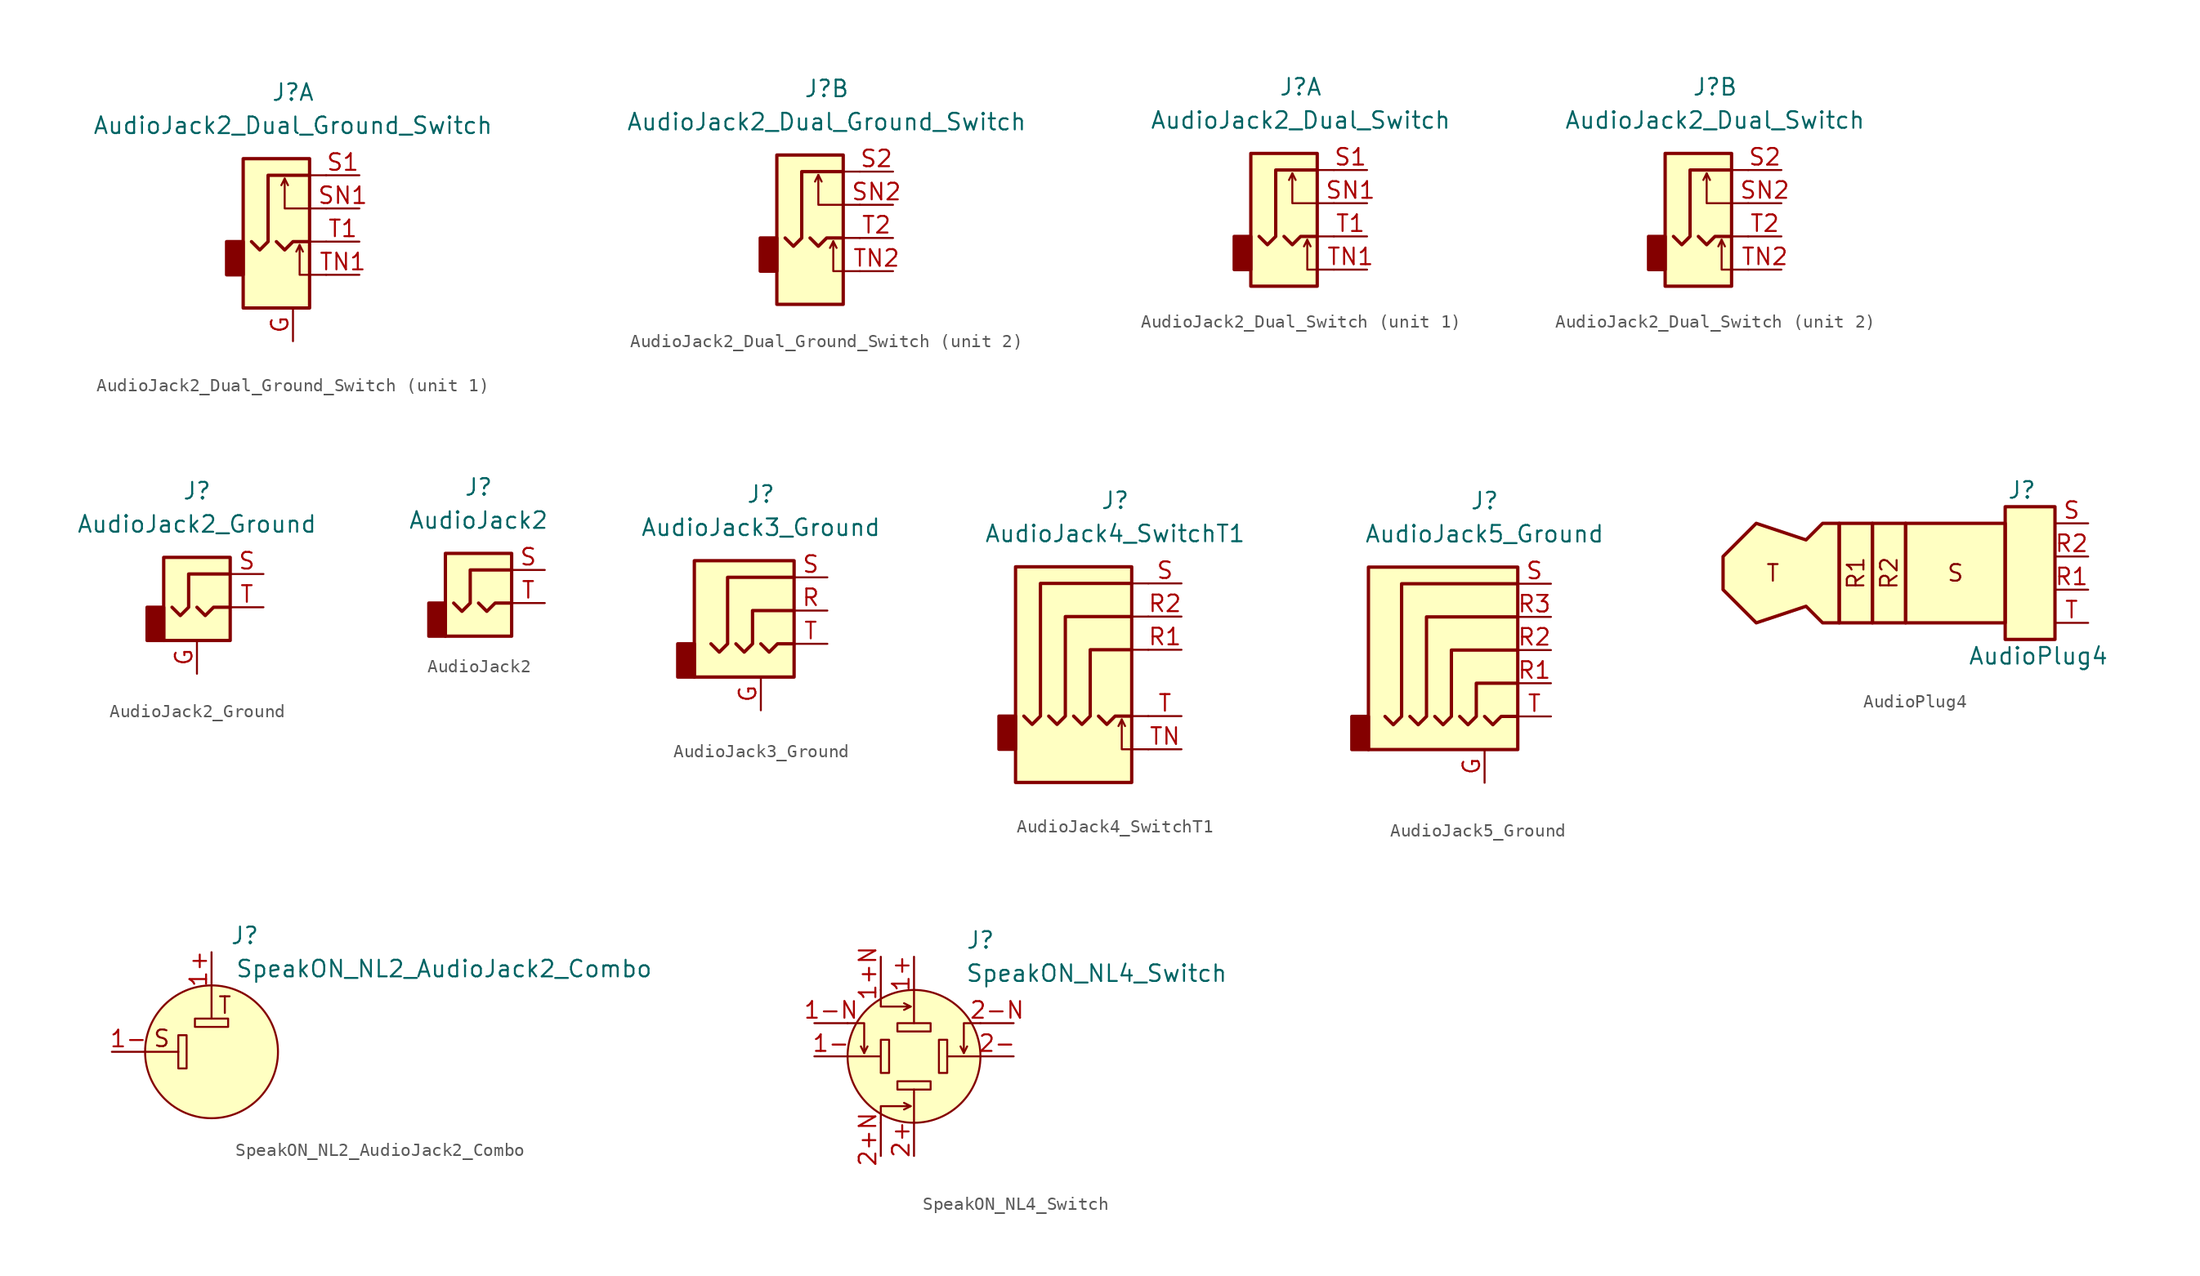
<source format=kicad_sym>
(kicad_symbol_lib
  (version 20220914)
  (generator kicad_symbol_editor)
  (symbol "AudioJack2_Dual_Ground_Switch"
    (property "Reference" "J"
      (at 0 11.43 0)
      (effects (font (size 1.27 1.27))))
    (property "Value" "AudioJack2_Dual_Ground_Switch"
      (at 0 8.89 0)
      (effects (font (size 1.27 1.27))))
    (symbol "AudioJack2_Dual_Ground_Switch_0_1"
      (rectangle (start -5.08 0) (end -3.81 -2.54) (stroke (width 0.254) (type default)) (fill (type outline)))
      (polyline (pts (xy -0.635 4.826) (xy -0.381 4.318)) (stroke (width 0) (type default)) (fill (type none)))
      (polyline (pts (xy 0.508 -0.254) (xy 0.762 -0.762)) (stroke (width 0) (type default)) (fill (type none)))
      (polyline (pts (xy 1.27 -2.54) (xy 2.54 -2.54)) (stroke (width 0) (type default)) (fill (type none)))
      (polyline (pts (xy 1.27 2.54) (xy 2.54 2.54)) (stroke (width 0) (type default)) (fill (type none)))
      (polyline (pts (xy 2.54 0) (xy 1.27 0)) (stroke (width 0) (type default)) (fill (type none)))
      (polyline (pts (xy 2.54 5.08) (xy 1.27 5.08)) (stroke (width 0) (type default)) (fill (type none)))
      (polyline (pts (xy -1.27 0) (xy -0.635 -0.635) (xy 0 0) (xy 1.27 0)) (stroke (width 0.254) (type default)) (fill (type none)))
      (polyline (pts (xy 1.27 -2.54) (xy 0.508 -2.54) (xy 0.508 -0.254) (xy 0.254 -0.762)) (stroke (width 0) (type default)) (fill (type none)))
      (polyline (pts (xy 1.27 2.54) (xy -0.635 2.54) (xy -0.635 4.826) (xy -0.889 4.318)) (stroke (width 0) (type default)) (fill (type none)))
      (polyline (pts (xy 1.27 5.08) (xy -1.905 5.08) (xy -1.905 0) (xy -2.54 -0.635) (xy -3.175 0)) (stroke (width 0.254) (type default)) (fill (type none)))
      (rectangle (start 1.27 6.35) (end -3.81 -5.08) (stroke (width 0.254) (type default)) (fill (type background))))
    (symbol "AudioJack2_Dual_Ground_Switch_1_1"
      (pin passive line (at 0 -7.62 90) (length 2.54) (name "~" (effects (font (size 1.27 1.27)))) (number "G" (effects (font (size 1.27 1.27)))))
      (pin passive line (at 5.08 5.08 180) (length 2.54) (name "~" (effects (font (size 1.27 1.27)))) (number "S1" (effects (font (size 1.27 1.27)))))
      (pin passive line (at 5.08 2.54 180) (length 2.54) (name "~" (effects (font (size 1.27 1.27)))) (number "SN1" (effects (font (size 1.27 1.27)))))
      (pin passive line (at 5.08 0 180) (length 2.54) (name "~" (effects (font (size 1.27 1.27)))) (number "T1" (effects (font (size 1.27 1.27)))))
      (pin passive line (at 5.08 -2.54 180) (length 2.54) (name "~" (effects (font (size 1.27 1.27)))) (number "TN1" (effects (font (size 1.27 1.27))))))
    (symbol "AudioJack2_Dual_Ground_Switch_2_1"
      (pin passive line (at 5.08 5.08 180) (length 2.54) (name "~" (effects (font (size 1.27 1.27)))) (number "S2" (effects (font (size 1.27 1.27)))))
      (pin passive line (at 5.08 2.54 180) (length 2.54) (name "~" (effects (font (size 1.27 1.27)))) (number "SN2" (effects (font (size 1.27 1.27)))))
      (pin passive line (at 5.08 0 180) (length 2.54) (name "~" (effects (font (size 1.27 1.27)))) (number "T2" (effects (font (size 1.27 1.27)))))
      (pin passive line (at 5.08 -2.54 180) (length 2.54) (name "~" (effects (font (size 1.27 1.27)))) (number "TN2" (effects (font (size 1.27 1.27)))))))
  (symbol "AudioJack2_Dual_Switch"
    (property "Reference" "J"
      (at 0 11.43 0)
      (effects (font (size 1.27 1.27))))
    (property "Value" "AudioJack2_Dual_Switch"
      (at 0 8.89 0)
      (effects (font (size 1.27 1.27))))
    (symbol "AudioJack2_Dual_Switch_0_1"
      (rectangle (start -3.81 -2.54) (end -5.08 0) (stroke (width 0.254) (type default)) (fill (type outline)))
      (polyline (pts (xy -0.635 4.826) (xy -0.381 4.318)) (stroke (width 0) (type default)) (fill (type none)))
      (polyline (pts (xy 0.508 -0.254) (xy 0.762 -0.762)) (stroke (width 0) (type default)) (fill (type none)))
      (polyline (pts (xy 1.27 -2.54) (xy 2.54 -2.54)) (stroke (width 0) (type default)) (fill (type none)))
      (polyline (pts (xy 1.27 2.54) (xy 2.54 2.54)) (stroke (width 0) (type default)) (fill (type none)))
      (polyline (pts (xy 2.54 0) (xy 1.27 0)) (stroke (width 0) (type default)) (fill (type none)))
      (polyline (pts (xy 2.54 5.08) (xy 1.27 5.08)) (stroke (width 0) (type default)) (fill (type none)))
      (polyline (pts (xy -1.27 0) (xy -0.635 -0.635) (xy 0 0) (xy 1.27 0)) (stroke (width 0.254) (type default)) (fill (type none)))
      (polyline (pts (xy 1.27 -2.54) (xy 0.508 -2.54) (xy 0.508 -0.254) (xy 0.254 -0.762)) (stroke (width 0) (type default)) (fill (type none)))
      (polyline (pts (xy 1.27 2.54) (xy -0.635 2.54) (xy -0.635 4.826) (xy -0.889 4.318)) (stroke (width 0) (type default)) (fill (type none)))
      (polyline (pts (xy 1.27 5.08) (xy -1.905 5.08) (xy -1.905 0) (xy -2.54 -0.635) (xy -3.175 0)) (stroke (width 0.254) (type default)) (fill (type none)))
      (rectangle (start 1.27 6.35) (end -3.81 -3.81) (stroke (width 0.254) (type default)) (fill (type background))))
    (symbol "AudioJack2_Dual_Switch_1_1"
      (pin passive line (at 5.08 5.08 180) (length 2.54) (name "~" (effects (font (size 1.27 1.27)))) (number "S1" (effects (font (size 1.27 1.27)))))
      (pin passive line (at 5.08 2.54 180) (length 2.54) (name "~" (effects (font (size 1.27 1.27)))) (number "SN1" (effects (font (size 1.27 1.27)))))
      (pin passive line (at 5.08 0 180) (length 2.54) (name "~" (effects (font (size 1.27 1.27)))) (number "T1" (effects (font (size 1.27 1.27)))))
      (pin passive line (at 5.08 -2.54 180) (length 2.54) (name "~" (effects (font (size 1.27 1.27)))) (number "TN1" (effects (font (size 1.27 1.27))))))
    (symbol "AudioJack2_Dual_Switch_2_1"
      (pin passive line (at 5.08 5.08 180) (length 2.54) (name "~" (effects (font (size 1.27 1.27)))) (number "S2" (effects (font (size 1.27 1.27)))))
      (pin passive line (at 5.08 2.54 180) (length 2.54) (name "~" (effects (font (size 1.27 1.27)))) (number "SN2" (effects (font (size 1.27 1.27)))))
      (pin passive line (at 5.08 0 180) (length 2.54) (name "~" (effects (font (size 1.27 1.27)))) (number "T2" (effects (font (size 1.27 1.27)))))
      (pin passive line (at 5.08 -2.54 180) (length 2.54) (name "~" (effects (font (size 1.27 1.27)))) (number "TN2" (effects (font (size 1.27 1.27)))))))
  (symbol "AudioJack2_Ground"
    (property "Reference" "J"
      (at 0 8.89 0)
      (effects (font (size 1.27 1.27))))
    (property "Value" "AudioJack2_Ground"
      (at 0 6.35 0)
      (effects (font (size 1.27 1.27))))
    (symbol "AudioJack2_Ground_0_1"
      (rectangle (start -2.54 -2.54) (end -3.81 0) (stroke (width 0.254) (type default)) (fill (type outline)))
      (polyline (pts (xy 0 0) (xy 0.635 -0.635) (xy 1.27 0) (xy 2.54 0)) (stroke (width 0.254) (type default)) (fill (type none)))
      (polyline (pts (xy 2.54 2.54) (xy -0.635 2.54) (xy -0.635 0) (xy -1.27 -0.635) (xy -1.905 0)) (stroke (width 0.254) (type default)) (fill (type none)))
      (rectangle (start 2.54 3.81) (end -2.54 -2.54) (stroke (width 0.254) (type default)) (fill (type background))))
    (symbol "AudioJack2_Ground_1_1"
      (pin passive line (at 0 -5.08 90) (length 2.54) (name "~" (effects (font (size 1.27 1.27)))) (number "G" (effects (font (size 1.27 1.27)))))
      (pin passive line (at 5.08 2.54 180) (length 2.54) (name "~" (effects (font (size 1.27 1.27)))) (number "S" (effects (font (size 1.27 1.27)))))
      (pin passive line (at 5.08 0 180) (length 2.54) (name "~" (effects (font (size 1.27 1.27)))) (number "T" (effects (font (size 1.27 1.27)))))))
  (symbol "AudioJack2"
    (property "Reference" "J"
      (at 0 8.89 0)
      (effects (font (size 1.27 1.27))))
    (property "Value" "AudioJack2"
      (at 0 6.35 0)
      (effects (font (size 1.27 1.27))))
    (symbol "AudioJack2_0_1"
      (rectangle (start -3.81 0) (end -2.54 -2.54) (stroke (width 0.254) (type default)) (fill (type outline)))
      (rectangle (start -2.54 3.81) (end 2.54 -2.54) (stroke (width 0.254) (type default)) (fill (type background)))
      (polyline (pts (xy 0 0) (xy 0.635 -0.635) (xy 1.27 0) (xy 2.54 0)) (stroke (width 0.254) (type default)) (fill (type none)))
      (polyline (pts (xy 2.54 2.54) (xy -0.635 2.54) (xy -0.635 0) (xy -1.27 -0.635) (xy -1.905 0)) (stroke (width 0.254) (type default)) (fill (type none))))
    (symbol "AudioJack2_1_1"
      (pin passive line (at 5.08 2.54 180) (length 2.54) (name "~" (effects (font (size 1.27 1.27)))) (number "S" (effects (font (size 1.27 1.27)))))
      (pin passive line (at 5.08 0 180) (length 2.54) (name "~" (effects (font (size 1.27 1.27)))) (number "T" (effects (font (size 1.27 1.27)))))))
  (symbol "AudioJack3_Ground"
    (property "Reference" "J"
      (at 0 8.89 0)
      (effects (font (size 1.27 1.27))))
    (property "Value" "AudioJack3_Ground"
      (at 0 6.35 0)
      (effects (font (size 1.27 1.27))))
    (symbol "AudioJack3_Ground_0_1"
      (rectangle (start -5.08 -2.54) (end -6.35 -5.08) (stroke (width 0.254) (type default)) (fill (type outline)))
      (polyline (pts (xy 0 -2.54) (xy 0.635 -3.175) (xy 1.27 -2.54) (xy 2.54 -2.54)) (stroke (width 0.254) (type default)) (fill (type none)))
      (polyline (pts (xy -1.905 -2.54) (xy -1.27 -3.175) (xy -0.635 -2.54) (xy -0.635 0) (xy 2.54 0)) (stroke (width 0.254) (type default)) (fill (type none)))
      (polyline (pts (xy 2.54 2.54) (xy -2.54 2.54) (xy -2.54 -2.54) (xy -3.175 -3.175) (xy -3.81 -2.54)) (stroke (width 0.254) (type default)) (fill (type none)))
      (rectangle (start 2.54 3.81) (end -5.08 -5.08) (stroke (width 0.254) (type default)) (fill (type background))))
    (symbol "AudioJack3_Ground_1_1"
      (pin passive line (at 0 -7.62 90) (length 2.54) (name "~" (effects (font (size 1.27 1.27)))) (number "G" (effects (font (size 1.27 1.27)))))
      (pin passive line (at 5.08 0 180) (length 2.54) (name "~" (effects (font (size 1.27 1.27)))) (number "R" (effects (font (size 1.27 1.27)))))
      (pin passive line (at 5.08 2.54 180) (length 2.54) (name "~" (effects (font (size 1.27 1.27)))) (number "S" (effects (font (size 1.27 1.27)))))
      (pin passive line (at 5.08 -2.54 180) (length 2.54) (name "~" (effects (font (size 1.27 1.27)))) (number "T" (effects (font (size 1.27 1.27)))))))
  (symbol "AudioJack4_SwitchT1"
    (property "Reference" "J"
      (at 0 11.43 0)
      (effects (font (size 1.27 1.27))))
    (property "Value" "AudioJack4_SwitchT1"
      (at 0 8.89 0)
      (effects (font (size 1.27 1.27))))
    (symbol "AudioJack4_SwitchT1_0_1"
      (rectangle (start -7.62 -5.08) (end -8.89 -7.62) (stroke (width 0.254) (type default)) (fill (type outline)))
      (polyline (pts (xy 1.27 -5.08) (xy 2.54 -5.08)) (stroke (width 0) (type default)) (fill (type none)))
      (polyline (pts (xy 1.27 2.54) (xy 2.54 2.54)) (stroke (width 0) (type default)) (fill (type none)))
      (polyline (pts (xy 2.54 0) (xy 1.27 0)) (stroke (width 0) (type default)) (fill (type none)))
      (polyline (pts (xy 2.54 5.08) (xy 1.27 5.08)) (stroke (width 0) (type default)) (fill (type none)))
      (rectangle (start 1.27 6.35) (end -7.62 -10.16) (stroke (width 0.254) (type default)) (fill (type background))))
    (symbol "AudioJack4_SwitchT1_1_1"
      (polyline (pts (xy 0.508 -5.334) (xy 0.762 -5.842)) (stroke (width 0) (type default)) (fill (type none)))
      (polyline (pts (xy -1.27 -5.08) (xy -0.635 -5.715) (xy 0 -5.08) (xy 1.27 -5.08)) (stroke (width 0.254) (type default)) (fill (type none)))
      (polyline (pts (xy 2.54 -7.62) (xy 0.508 -7.62) (xy 0.508 -5.334) (xy 0.254 -5.842)) (stroke (width 0) (type default)) (fill (type none)))
      (polyline (pts (xy -3.175 -5.08) (xy -2.54 -5.715) (xy -1.905 -5.08) (xy -1.905 0) (xy 1.27 0)) (stroke (width 0.254) (type default)) (fill (type none)))
      (polyline (pts (xy 1.27 2.54) (xy -3.81 2.54) (xy -3.81 -5.08) (xy -4.445 -5.715) (xy -5.08 -5.08)) (stroke (width 0.254) (type default)) (fill (type none)))
      (polyline (pts (xy 1.27 5.08) (xy -5.715 5.08) (xy -5.715 -5.08) (xy -6.35 -5.715) (xy -6.985 -5.08)) (stroke (width 0.254) (type default)) (fill (type none)))
      (pin passive line (at 5.08 0 180) (length 2.54) (name "~" (effects (font (size 1.27 1.27)))) (number "R1" (effects (font (size 1.27 1.27)))))
      (pin passive line (at 5.08 2.54 180) (length 2.54) (name "~" (effects (font (size 1.27 1.27)))) (number "R2" (effects (font (size 1.27 1.27)))))
      (pin passive line (at 5.08 5.08 180) (length 2.54) (name "~" (effects (font (size 1.27 1.27)))) (number "S" (effects (font (size 1.27 1.27)))))
      (pin passive line (at 5.08 -5.08 180) (length 2.54) (name "~" (effects (font (size 1.27 1.27)))) (number "T" (effects (font (size 1.27 1.27)))))
      (pin passive line (at 5.08 -7.62 180) (length 2.54) (name "~" (effects (font (size 1.27 1.27)))) (number "TN" (effects (font (size 1.27 1.27)))))))
  (symbol "AudioJack5_Ground"
    (property "Reference" "J"
      (at 0 11.43 0)
      (effects (font (size 1.27 1.27))))
    (property "Value" "AudioJack5_Ground"
      (at 0 8.89 0)
      (effects (font (size 1.27 1.27))))
    (symbol "AudioJack5_Ground_0_1"
      (rectangle (start -8.89 -5.08) (end -10.16 -7.62) (stroke (width 0.254) (type default)) (fill (type outline)))
      (polyline (pts (xy 0 -5.08) (xy 0.635 -5.715) (xy 1.27 -5.08) (xy 2.54 -5.08)) (stroke (width 0.254) (type default)) (fill (type none)))
      (polyline (pts (xy -5.715 -5.08) (xy -5.08 -5.715) (xy -4.445 -5.08) (xy -4.445 2.54) (xy 2.54 2.54)) (stroke (width 0.254) (type default)) (fill (type none)))
      (polyline (pts (xy -1.905 -5.08) (xy -1.27 -5.715) (xy -0.635 -5.08) (xy -0.635 -2.54) (xy 2.54 -2.54)) (stroke (width 0.254) (type default)) (fill (type none)))
      (polyline (pts (xy 2.54 0) (xy -2.54 0) (xy -2.54 -5.08) (xy -3.175 -5.715) (xy -3.81 -5.08)) (stroke (width 0.254) (type default)) (fill (type none)))
      (polyline (pts (xy 2.54 5.08) (xy -6.35 5.08) (xy -6.35 -5.08) (xy -6.985 -5.715) (xy -7.62 -5.08)) (stroke (width 0.254) (type default)) (fill (type none)))
      (rectangle (start 2.54 6.35) (end -8.89 -7.62) (stroke (width 0.254) (type default)) (fill (type background))))
    (symbol "AudioJack5_Ground_1_1"
      (pin passive line (at 0 -10.16 90) (length 2.54) (name "~" (effects (font (size 1.27 1.27)))) (number "G" (effects (font (size 1.27 1.27)))))
      (pin passive line (at 5.08 -2.54 180) (length 2.54) (name "~" (effects (font (size 1.27 1.27)))) (number "R1" (effects (font (size 1.27 1.27)))))
      (pin passive line (at 5.08 0 180) (length 2.54) (name "~" (effects (font (size 1.27 1.27)))) (number "R2" (effects (font (size 1.27 1.27)))))
      (pin passive line (at 5.08 2.54 180) (length 2.54) (name "~" (effects (font (size 1.27 1.27)))) (number "R3" (effects (font (size 1.27 1.27)))))
      (pin passive line (at 5.08 5.08 180) (length 2.54) (name "~" (effects (font (size 1.27 1.27)))) (number "S" (effects (font (size 1.27 1.27)))))
      (pin passive line (at 5.08 -5.08 180) (length 2.54) (name "~" (effects (font (size 1.27 1.27)))) (number "T" (effects (font (size 1.27 1.27)))))))
  (symbol "AudioPlug4"
    (property "Reference" "J"
      (at 10.16 5.08 0)
      (effects (font (size 1.27 1.27))))
    (property "Value" "AudioPlug4"
      (at 11.43 -7.62 0)
      (effects (font (size 1.27 1.27))))
    (symbol "AudioPlug4_0_0"
      (text "R1" (at -2.54 -1.27 900) (effects (font (size 1.27 1.27))))
      (text "R2" (at 0 -1.27 900) (effects (font (size 1.27 1.27))))
      (text "S" (at 5.08 -1.27 0) (effects (font (size 1.27 1.27))))
      (text "T" (at -8.89 -1.27 0) (effects (font (size 1.27 1.27)))))
    (symbol "AudioPlug4_0_1"
      (rectangle (start -1.27 2.54) (end -3.81 -5.08) (stroke (width 0.254) (type default)) (fill (type background)))
      (polyline (pts (xy -3.81 2.54) (xy -5.08 2.54) (xy -6.35 1.27) (xy -10.16 2.54) (xy -12.7 0) (xy -12.7 -2.54) (xy -10.16 -5.08) (xy -6.35 -3.81) (xy -5.08 -5.08) (xy -3.81 -5.08) (xy -3.81 2.54)) (stroke (width 0.254) (type default)) (fill (type background)))
      (rectangle (start 1.27 2.54) (end -1.27 -5.08) (stroke (width 0.254) (type default)) (fill (type background)))
      (rectangle (start 1.27 2.54) (end 8.89 -5.08) (stroke (width 0.254) (type default)) (fill (type background)))
      (rectangle (start 12.7 3.81) (end 8.89 -6.35) (stroke (width 0.254) (type default)) (fill (type background))))
    (symbol "AudioPlug4_1_1"
      (pin passive line (at 15.24 -2.54 180) (length 2.54) (name "~" (effects (font (size 1.27 1.27)))) (number "R1" (effects (font (size 1.27 1.27)))))
      (pin passive line (at 15.24 0 180) (length 2.54) (name "~" (effects (font (size 1.27 1.27)))) (number "R2" (effects (font (size 1.27 1.27)))))
      (pin passive line (at 15.24 2.54 180) (length 2.54) (name "~" (effects (font (size 1.27 1.27)))) (number "S" (effects (font (size 1.27 1.27)))))
      (pin passive line (at 15.24 -5.08 180) (length 2.54) (name "~" (effects (font (size 1.27 1.27)))) (number "T" (effects (font (size 1.27 1.27)))))))
  (symbol "SpeakON_NL2_AudioJack2_Combo"
    (pin_names hide)
    (property "Reference" "J"
      (at 2.54 8.89 0)
      (effects (font (size 1.27 1.27))))
    (property "Value" "SpeakON_NL2_AudioJack2_Combo"
      (at 17.78 6.35 0)
      (effects (font (size 1.27 1.27))))
    (symbol "SpeakON_NL2_AudioJack2_Combo_0_0"
      (text "S" (at -3.81 1.016 0) (effects (font (size 1.27 1.27))))
      (text "T" (at 1.016 3.556 0) (effects (font (size 1.27 1.27)))))
    (symbol "SpeakON_NL2_AudioJack2_Combo_0_1"
      (rectangle (start -2.54 1.27) (end -1.905 -1.27) (stroke (width 0) (type default)) (fill (type none)))
      (rectangle (start -1.27 2.54) (end 1.27 1.905) (stroke (width 0) (type default)) (fill (type none)))
      (polyline (pts (xy -5.08 0) (xy -2.54 0)) (stroke (width 0) (type default)) (fill (type none)))
      (polyline (pts (xy 0 5.08) (xy 0 2.54)) (stroke (width 0) (type default)) (fill (type none)))
      (circle (center 0 0) (radius 5.08) (stroke (width 0) (type default)) (fill (type background)))
      (pin passive line (at -7.62 0 0) (length 2.54) (name "1-" (effects (font (size 1.27 1.27)))) (number "1-" (effects (font (size 1.27 1.27))))))
    (symbol "SpeakON_NL2_AudioJack2_Combo_1_1"
      (pin passive line (at 0 7.62 270) (length 2.54) (name "1+" (effects (font (size 1.27 1.27)))) (number "1+" (effects (font (size 1.27 1.27)))))))
  (symbol "SpeakON_NL4_Switch"
    (pin_names hide)
    (property "Reference" "J"
      (at 5.08 8.89 0)
      (effects (font (size 1.27 1.27))))
    (property "Value" "SpeakON_NL4_Switch"
      (at 13.97 6.35 0)
      (effects (font (size 1.27 1.27))))
    (symbol "SpeakON_NL4_Switch_0_1"
      (rectangle (start -2.54 1.27) (end -1.905 -1.27) (stroke (width 0) (type default)) (fill (type none)))
      (rectangle (start -1.27 -2.54) (end 1.27 -1.905) (stroke (width 0) (type default)) (fill (type none)))
      (rectangle (start -1.27 2.54) (end 1.27 1.905) (stroke (width 0) (type default)) (fill (type none)))
      (polyline (pts (xy -5.08 0) (xy -2.54 0)) (stroke (width 0) (type default)) (fill (type none)))
      (polyline (pts (xy 0 -5.08) (xy 0 -2.54)) (stroke (width 0) (type default)) (fill (type none)))
      (polyline (pts (xy 0 5.08) (xy 0 2.54)) (stroke (width 0) (type default)) (fill (type none)))
      (polyline (pts (xy 5.08 0) (xy 2.54 0)) (stroke (width 0) (type default)) (fill (type none)))
      (circle (center 0 0) (radius 5.08) (stroke (width 0) (type default)) (fill (type background)))
      (rectangle (start 2.54 1.27) (end 1.905 -1.27) (stroke (width 0) (type default)) (fill (type none)))
      (pin passive line (at -7.62 0 0) (length 2.54) (name "1-" (effects (font (size 1.27 1.27)))) (number "1-" (effects (font (size 1.27 1.27)))))
      (pin passive line (at -7.62 2.54 0) (length 2.54) (name "1-N" (effects (font (size 1.27 1.27)))) (number "1-N" (effects (font (size 1.27 1.27)))))
      (pin passive line (at 0 -7.62 90) (length 2.54) (name "2+" (effects (font (size 1.27 1.27)))) (number "2+" (effects (font (size 1.27 1.27)))))
      (pin passive line (at -2.54 -7.62 90) (length 2.54) (name "2+N" (effects (font (size 1.27 1.27)))) (number "2+N" (effects (font (size 1.27 1.27)))))
      (pin passive line (at 7.62 0 180) (length 2.54) (name "2-" (effects (font (size 1.27 1.27)))) (number "2-" (effects (font (size 1.27 1.27))))))
    (symbol "SpeakON_NL4_Switch_1_1"
      (polyline (pts (xy -3.81 0.254) (xy -4.064 0.762)) (stroke (width 0) (type default)) (fill (type none)))
      (polyline (pts (xy -0.254 -3.81) (xy -0.762 -4.064)) (stroke (width 0) (type default)) (fill (type none)))
      (polyline (pts (xy -0.254 3.81) (xy -0.762 4.064)) (stroke (width 0) (type default)) (fill (type none)))
      (polyline (pts (xy 3.81 0.254) (xy 4.064 0.762)) (stroke (width 0) (type default)) (fill (type none)))
      (polyline (pts (xy -5.08 2.54) (xy -3.81 2.54) (xy -3.81 0.254) (xy -3.556 0.762)) (stroke (width 0) (type default)) (fill (type none)))
      (polyline (pts (xy -2.54 -5.08) (xy -2.54 -3.81) (xy -0.254 -3.81) (xy -0.762 -3.556)) (stroke (width 0) (type default)) (fill (type none)))
      (polyline (pts (xy -2.54 5.08) (xy -2.54 3.81) (xy -0.254 3.81) (xy -0.762 3.556)) (stroke (width 0) (type default)) (fill (type none)))
      (polyline (pts (xy 5.08 2.54) (xy 3.81 2.54) (xy 3.81 0.254) (xy 3.556 0.762)) (stroke (width 0) (type default)) (fill (type none)))
      (pin passive line (at 0 7.62 270) (length 2.54) (name "1+" (effects (font (size 1.27 1.27)))) (number "1+" (effects (font (size 1.27 1.27)))))
      (pin passive line (at -2.54 7.62 270) (length 2.54) (name "1+N" (effects (font (size 1.27 1.27)))) (number "1+N" (effects (font (size 1.27 1.27)))))
      (pin passive line (at 7.62 2.54 180) (length 2.54) (name "2-N" (effects (font (size 1.27 1.27)))) (number "2-N" (effects (font (size 1.27 1.27))))))))
</source>
